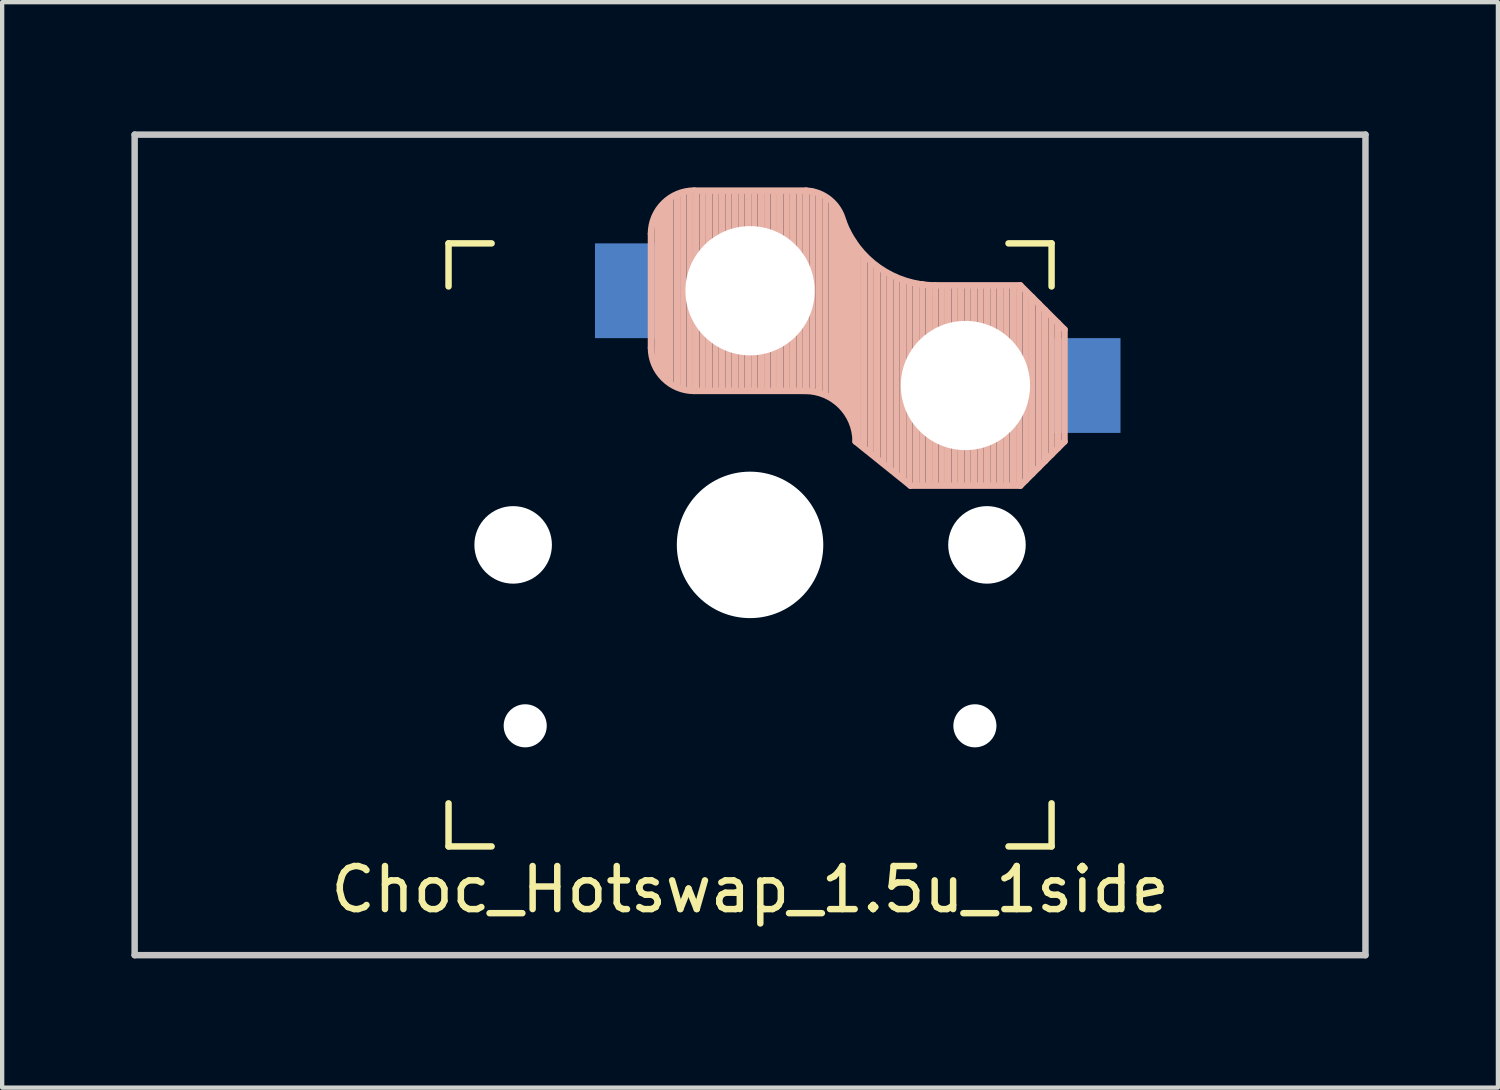
<source format=kicad_pcb>
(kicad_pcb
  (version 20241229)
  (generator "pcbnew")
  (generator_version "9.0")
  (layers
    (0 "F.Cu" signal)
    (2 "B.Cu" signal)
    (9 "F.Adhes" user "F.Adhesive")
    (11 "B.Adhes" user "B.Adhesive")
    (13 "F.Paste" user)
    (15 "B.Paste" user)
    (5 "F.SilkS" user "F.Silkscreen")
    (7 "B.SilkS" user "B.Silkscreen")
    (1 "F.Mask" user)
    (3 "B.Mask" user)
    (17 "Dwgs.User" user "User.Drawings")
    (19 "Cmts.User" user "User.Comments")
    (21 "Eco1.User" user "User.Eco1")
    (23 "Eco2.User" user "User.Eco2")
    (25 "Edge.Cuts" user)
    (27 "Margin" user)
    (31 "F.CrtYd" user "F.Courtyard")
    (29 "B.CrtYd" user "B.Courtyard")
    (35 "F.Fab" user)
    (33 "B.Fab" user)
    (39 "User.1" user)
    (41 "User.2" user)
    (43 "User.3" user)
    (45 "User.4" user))
  (footprint "Choc_Hotswap_1.5u_1side"
    (layer "F.Cu")
    (at 14.363 9.6)
    (property "Reference" "Choc_Hotswap_1.5u_1side" (at 0 8 180) (layer "F.SilkS") (effects (font (size 1 1) (thickness 0.15))))
    (attr through_hole)
    (fp_line (start -7 -7) (end -7 -6) (stroke (width 0.15) (type solid)) (layer "F.SilkS"))
    (fp_line (start -7 6) (end -7 7) (stroke (width 0.15) (type solid)) (layer "F.SilkS"))
    (fp_line (start -7 7) (end -6 7) (stroke (width 0.15) (type solid)) (layer "F.SilkS"))
    (fp_line (start -6 -7) (end -7 -7) (stroke (width 0.15) (type solid)) (layer "F.SilkS"))
    (fp_line (start 6 -7) (end 7 -7) (stroke (width 0.15) (type solid)) (layer "F.SilkS"))
    (fp_line (start 7 -7) (end 7 -6) (stroke (width 0.15) (type solid)) (layer "F.SilkS"))
    (fp_line (start 7 6) (end 7 7) (stroke (width 0.15) (type solid)) (layer "F.SilkS"))
    (fp_line (start 7 7) (end 6 7) (stroke (width 0.15) (type solid)) (layer "F.SilkS"))
    (fp_line (start -2.3 -4.575) (end -2.3 -7.225) (stroke (width 0.15) (type solid)) (layer "B.SilkS"))
    (fp_line (start -2.15 -7.65) (end -2.15 -4.1) (stroke (width 0.15) (type solid)) (layer "B.SilkS"))
    (fp_line (start -2.05 -7.8) (end -2.05 -4.05) (stroke (width 0.15) (type solid)) (layer "B.SilkS"))
    (fp_line (start -1.95 -7.9) (end -1.95 -3.95) (stroke (width 0.15) (type solid)) (layer "B.SilkS"))
    (fp_line (start -1.85 -8) (end -1.85 -3.8) (stroke (width 0.15) (type solid)) (layer "B.SilkS"))
    (fp_line (start -1.7 -8.1) (end -1.7 -3.7) (stroke (width 0.15) (type solid)) (layer "B.SilkS"))
    (fp_line (start -1.55 -8.15) (end -1.55 -3.65) (stroke (width 0.15) (type solid)) (layer "B.SilkS"))
    (fp_line (start -1.4 -8.2) (end -1.4 -3.65) (stroke (width 0.15) (type solid)) (layer "B.SilkS"))
    (fp_line (start -1.3 -8.225) (end 1.3 -8.225) (stroke (width 0.15) (type solid)) (layer "B.SilkS"))
    (fp_line (start -1.3 -3.575) (end 1.275 -3.575) (stroke (width 0.15) (type solid)) (layer "B.SilkS"))
    (fp_line (start -1.25 -8.2) (end -1.25 -3.6) (stroke (width 0.15) (type solid)) (layer "B.SilkS"))
    (fp_line (start -1.1 -8.2) (end -1.1 -3.6) (stroke (width 0.15) (type solid)) (layer "B.SilkS"))
    (fp_line (start -0.95 -8.2) (end -0.95 -3.6) (stroke (width 0.15) (type solid)) (layer "B.SilkS"))
    (fp_line (start -0.8 -8.2) (end -0.8 -3.6) (stroke (width 0.15) (type solid)) (layer "B.SilkS"))
    (fp_line (start -0.65 -8.2) (end -0.65 -3.6) (stroke (width 0.15) (type solid)) (layer "B.SilkS"))
    (fp_line (start -0.5 -8.2) (end -0.5 -3.6) (stroke (width 0.15) (type solid)) (layer "B.SilkS"))
    (fp_line (start -0.35 -8.2) (end -0.35 -3.6) (stroke (width 0.15) (type solid)) (layer "B.SilkS"))
    (fp_line (start -0.2 -8.2) (end -0.2 -3.6) (stroke (width 0.15) (type solid)) (layer "B.SilkS"))
    (fp_line (start -0.05 -8.2) (end -0.05 -3.6) (stroke (width 0.15) (type solid)) (layer "B.SilkS"))
    (fp_line (start 0.1 -8.2) (end 0.1 -3.6) (stroke (width 0.15) (type solid)) (layer "B.SilkS"))
    (fp_line (start 0.25 -8.2) (end 0.25 -3.6) (stroke (width 0.15) (type solid)) (layer "B.SilkS"))
    (fp_line (start 0.4 -8.2) (end 0.4 -3.6) (stroke (width 0.15) (type solid)) (layer "B.SilkS"))
    (fp_line (start 0.55 -8.2) (end 0.55 -3.6) (stroke (width 0.15) (type solid)) (layer "B.SilkS"))
    (fp_line (start 0.7 -8.2) (end 0.7 -3.6) (stroke (width 0.15) (type solid)) (layer "B.SilkS"))
    (fp_line (start 0.85 -8.2) (end 0.85 -3.6) (stroke (width 0.15) (type solid)) (layer "B.SilkS"))
    (fp_line (start 1 -8.2) (end 1 -3.6) (stroke (width 0.15) (type solid)) (layer "B.SilkS"))
    (fp_line (start 1.15 -8.2) (end 1.15 -3.65) (stroke (width 0.15) (type solid)) (layer "B.SilkS"))
    (fp_line (start 1.3 -8.2) (end 1.3 -3.6) (stroke (width 0.15) (type solid)) (layer "B.SilkS"))
    (fp_line (start 1.45 -8.2) (end 1.45 -3.6) (stroke (width 0.15) (type solid)) (layer "B.SilkS"))
    (fp_line (start 1.6 -8.15) (end 1.6 -3.6) (stroke (width 0.15) (type solid)) (layer "B.SilkS"))
    (fp_line (start 1.75 -8.05) (end 1.75 -3.5) (stroke (width 0.15) (type solid)) (layer "B.SilkS"))
    (fp_line (start 1.9 -7.95) (end 1.9 -3.45) (stroke (width 0.15) (type solid)) (layer "B.SilkS"))
    (fp_line (start 2 -7.8) (end 2 -3.4) (stroke (width 0.15) (type solid)) (layer "B.SilkS"))
    (fp_line (start 2.1 -7.55) (end 2.1 -3.35) (stroke (width 0.15) (type solid)) (layer "B.SilkS"))
    (fp_line (start 2.2 -7.4) (end 2.2 -3.25) (stroke (width 0.15) (type solid)) (layer "B.SilkS"))
    (fp_line (start 2.3 -7.2) (end 2.3 -3.05) (stroke (width 0.15) (type solid)) (layer "B.SilkS"))
    (fp_line (start 2.4 -7.05) (end 2.4 -2.9) (stroke (width 0.15) (type solid)) (layer "B.SilkS"))
    (fp_line (start 2.5 -6.85) (end 2.5 -2.4) (stroke (width 0.15) (type solid)) (layer "B.SilkS"))
    (fp_line (start 2.65 -6.7) (end 2.65 -2.25) (stroke (width 0.15) (type solid)) (layer "B.SilkS"))
    (fp_line (start 2.8 -6.55) (end 2.8 -2.15) (stroke (width 0.15) (type solid)) (layer "B.SilkS"))
    (fp_line (start 2.95 -6.45) (end 2.95 -2.05) (stroke (width 0.15) (type solid)) (layer "B.SilkS"))
    (fp_line (start 3.1 -6.35) (end 3.1 -1.9) (stroke (width 0.15) (type solid)) (layer "B.SilkS"))
    (fp_line (start 3.25 -6.25) (end 3.25 -1.8) (stroke (width 0.15) (type solid)) (layer "B.SilkS"))
    (fp_line (start 3.4 -6.2) (end 3.4 -1.65) (stroke (width 0.15) (type solid)) (layer "B.SilkS"))
    (fp_line (start 3.55 -6.1) (end 3.55 -1.55) (stroke (width 0.15) (type solid)) (layer "B.SilkS"))
    (fp_line (start 3.7 -6.05) (end 3.7 -1.45) (stroke (width 0.15) (type solid)) (layer "B.SilkS"))
    (fp_line (start 3.725 -1.375) (end 2.45 -2.4) (stroke (width 0.15) (type solid)) (layer "B.SilkS"))
    (fp_line (start 3.725 -1.375) (end 6.275 -1.375) (stroke (width 0.15) (type solid)) (layer "B.SilkS"))
    (fp_line (start 3.85 -6.05) (end 3.85 -1.4) (stroke (width 0.15) (type solid)) (layer "B.SilkS"))
    (fp_line (start 4 -6.05) (end 4 -1.4) (stroke (width 0.15) (type solid)) (layer "B.SilkS"))
    (fp_line (start 4.15 -6) (end 4.15 -1.45) (stroke (width 0.15) (type solid)) (layer "B.SilkS"))
    (fp_line (start 4.3 -6.025) (end 6.275 -6.025) (stroke (width 0.15) (type solid)) (layer "B.SilkS"))
    (fp_line (start 4.3 -6) (end 4.3 -1.4) (stroke (width 0.15) (type solid)) (layer "B.SilkS"))
    (fp_line (start 4.45 -6) (end 4.45 -1.4) (stroke (width 0.15) (type solid)) (layer "B.SilkS"))
    (fp_line (start 4.6 -6) (end 4.6 -1.4) (stroke (width 0.15) (type solid)) (layer "B.SilkS"))
    (fp_line (start 4.75 -6) (end 4.75 -1.4) (stroke (width 0.15) (type solid)) (layer "B.SilkS"))
    (fp_line (start 4.9 -6) (end 4.9 -1.4) (stroke (width 0.15) (type solid)) (layer "B.SilkS"))
    (fp_line (start 5.05 -6) (end 5.05 -1.4) (stroke (width 0.15) (type solid)) (layer "B.SilkS"))
    (fp_line (start 5.2 -6) (end 5.2 -1.4) (stroke (width 0.15) (type solid)) (layer "B.SilkS"))
    (fp_line (start 5.35 -6) (end 5.35 -1.4) (stroke (width 0.15) (type solid)) (layer "B.SilkS"))
    (fp_line (start 5.5 -6) (end 5.5 -1.4) (stroke (width 0.15) (type solid)) (layer "B.SilkS"))
    (fp_line (start 5.65 -6) (end 5.65 -1.4) (stroke (width 0.15) (type solid)) (layer "B.SilkS"))
    (fp_line (start 5.8 -6) (end 5.8 -1.4) (stroke (width 0.15) (type solid)) (layer "B.SilkS"))
    (fp_line (start 5.95 -6) (end 5.95 -1.4) (stroke (width 0.15) (type solid)) (layer "B.SilkS"))
    (fp_line (start 6.1 -6) (end 6.1 -1.4) (stroke (width 0.15) (type solid)) (layer "B.SilkS"))
    (fp_line (start 6.25 -6) (end 6.25 -1.4) (stroke (width 0.15) (type solid)) (layer "B.SilkS"))
    (fp_line (start 6.4 -5.85) (end 6.4 -1.5) (stroke (width 0.15) (type solid)) (layer "B.SilkS"))
    (fp_line (start 6.55 -5.75) (end 6.55 -1.65) (stroke (width 0.15) (type solid)) (layer "B.SilkS"))
    (fp_line (start 6.7 -5.6) (end 6.7 -1.8) (stroke (width 0.15) (type solid)) (layer "B.SilkS"))
    (fp_line (start 6.85 -5.45) (end 6.85 -1.95) (stroke (width 0.15) (type solid)) (layer "B.SilkS"))
    (fp_line (start 7 -5.25) (end 7 -2.1) (stroke (width 0.15) (type solid)) (layer "B.SilkS"))
    (fp_line (start 7.15 -5.15) (end 7.15 -2.25) (stroke (width 0.15) (type solid)) (layer "B.SilkS"))
    (fp_line (start 7.3 -5) (end 6.275 -6.025) (stroke (width 0.15) (type solid)) (layer "B.SilkS"))
    (fp_line (start 7.3 -2.4) (end 6.275 -1.375) (stroke (width 0.15) (type solid)) (layer "B.SilkS"))
    (fp_line (start 7.3 -2.4) (end 7.3 -5) (stroke (width 0.15) (type solid)) (layer "B.SilkS"))
    (fp_arc (start -2.3 -7.225) (mid -2.007107 -7.932107) (end -1.3 -8.225) (stroke (width 0.15) (type solid)) (layer "B.SilkS"))
    (fp_arc (start -1.3 -3.575) (mid -2.007107 -3.867893) (end -2.3 -4.575) (stroke (width 0.15) (type solid)) (layer "B.SilkS"))
    (fp_arc (start 1.275 -3.575) (mid 2.10585 -3.23085) (end 2.45 -2.4) (stroke (width 0.15) (type solid)) (layer "B.SilkS"))
    (fp_arc (start 1.300995 -8.223791) (mid 1.848284 -8.016021) (end 2.162199 -7.521904) (stroke (width 0.15) (type solid)) (layer "B.SilkS"))
    (fp_arc (start 4.3 -6.025) (mid 2.995114 -6.436429) (end 2.162199 -7.521904) (stroke (width 0.15) (type solid)) (layer "B.SilkS"))
    (fp_line (start -14.287 -9.525) (end 14.287 -9.525) (stroke (width 0.15) (type solid)) (layer "Dwgs.User"))
    (fp_line (start -14.287 9.525) (end -14.287 -9.525) (stroke (width 0.15) (type solid)) (layer "Dwgs.User"))
    (fp_line (start 14.287 -9.525) (end 14.287 9.525) (stroke (width 0.15) (type solid)) (layer "Dwgs.User"))
    (fp_line (start 14.287 9.525) (end -14.287 9.525) (stroke (width 0.15) (type solid)) (layer "Dwgs.User"))
    (pad "" np_thru_hole circle (at -5.5 0 270) (size 1.8 1.8) (drill 1.8) (layers "*.Cu" "*.Mask"))
    (pad "" np_thru_hole circle (at -5.22 4.2) (size 1 1) (drill 1) (layers "*.Cu" "*.Mask"))
    (pad "" np_thru_hole circle (at 0 -5.9 270) (size 3 3) (drill 3) (layers "*.Cu" "*.Mask"))
    (pad "" np_thru_hole circle (at 0 0 270) (size 3.4 3.4) (drill 3.4) (layers "*.Cu" "*.Mask"))
    (pad "" np_thru_hole circle (at 5 -3.7 270) (size 3 3) (drill 3) (layers "*.Cu" "*.Mask"))
    (pad "" np_thru_hole circle (at 5.22 4.2) (size 1 1) (drill 1) (layers "*.Cu" "*.Mask"))
    (pad "" np_thru_hole circle (at 5.5 0 270) (size 1.8 1.8) (drill 1.8) (layers "*.Cu" "*.Mask"))
    (pad "1" smd rect (at 7.8 -3.7) (size 1.6 2.2) (layers "B.Cu" "B.Mask" "B.Paste"))
    (pad "2" smd rect (at -2.8 -5.9) (size 1.6 2.2) (layers "B.Cu" "B.Mask" "B.Paste")))
  (gr_rect
    (start -3 -3)
    (end 31.725 22.2)
    (stroke (width 0.1) (type default))
    (fill no)
    (layer "Edge.Cuts")))
</source>
